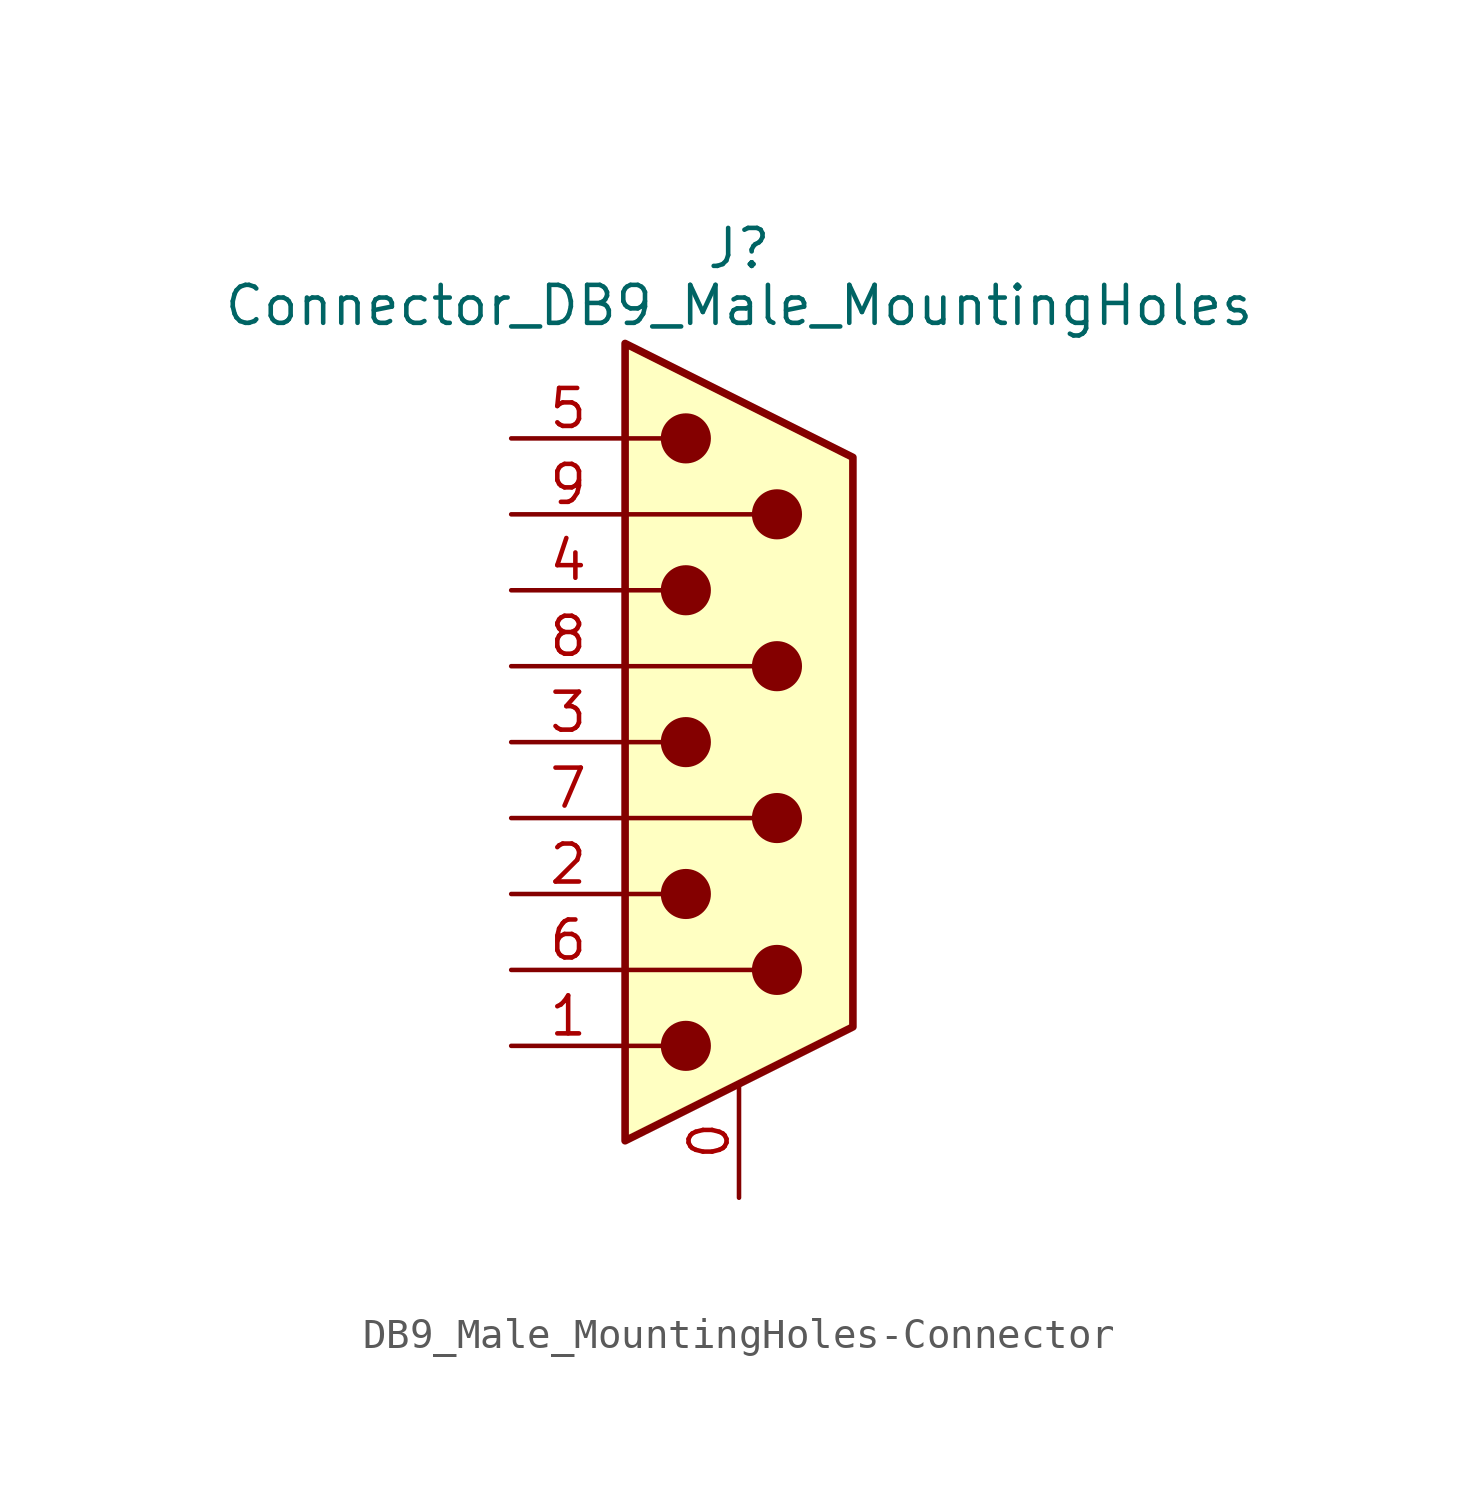
<source format=kicad_sym>
(kicad_symbol_lib
  (version 20231120)
  (generator "kicad_symbol_editor")
  (generator_version "8.0")
  (symbol "DB9_Male_MountingHoles-Connector"
    (pin_names
      (offset 1.016) hide)
    (property "Reference" "J"
      (at 0 16.51 0)
      (effects (font (size 1.27 1.27))))
    (property "Value" "Connector_DB9_Male_MountingHoles"
      (at 0 14.605 0)
      (effects (font (size 1.27 1.27))))
    (symbol "DB9_Male_MountingHoles-Connector_0_1"
      (circle (center -1.778 -10.16) (radius 0.762) (stroke (width 0) (type solid)) (fill (type outline)))
      (circle (center -1.778 -5.08) (radius 0.762) (stroke (width 0) (type solid)) (fill (type outline)))
      (circle (center -1.778 0) (radius 0.762) (stroke (width 0) (type solid)) (fill (type outline)))
      (circle (center -1.778 5.08) (radius 0.762) (stroke (width 0) (type solid)) (fill (type outline)))
      (circle (center -1.778 10.16) (radius 0.762) (stroke (width 0) (type solid)) (fill (type outline)))
      (polyline (pts (xy -3.81 -10.16) (xy -2.54 -10.16)) (stroke (width 0) (type solid)) (fill (type none)))
      (polyline (pts (xy -3.81 -7.62) (xy 0.508 -7.62)) (stroke (width 0) (type solid)) (fill (type none)))
      (polyline (pts (xy -3.81 -5.08) (xy -2.54 -5.08)) (stroke (width 0) (type solid)) (fill (type none)))
      (polyline (pts (xy -3.81 -2.54) (xy 0.508 -2.54)) (stroke (width 0) (type solid)) (fill (type none)))
      (polyline (pts (xy -3.81 0) (xy -2.54 0)) (stroke (width 0) (type solid)) (fill (type none)))
      (polyline (pts (xy -3.81 2.54) (xy 0.508 2.54)) (stroke (width 0) (type solid)) (fill (type none)))
      (polyline (pts (xy -3.81 5.08) (xy -2.54 5.08)) (stroke (width 0) (type solid)) (fill (type none)))
      (polyline (pts (xy -3.81 7.62) (xy 0.508 7.62)) (stroke (width 0) (type solid)) (fill (type none)))
      (polyline (pts (xy -3.81 10.16) (xy -2.54 10.16)) (stroke (width 0) (type solid)) (fill (type none)))
      (polyline (pts (xy -3.81 -13.335) (xy -3.81 13.335) (xy 3.81 9.525) (xy 3.81 -9.525) (xy -3.81 -13.335)) (stroke (width 0.254) (type solid)) (fill (type background)))
      (circle (center 1.27 -7.62) (radius 0.762) (stroke (width 0) (type solid)) (fill (type outline)))
      (circle (center 1.27 -2.54) (radius 0.762) (stroke (width 0) (type solid)) (fill (type outline)))
      (circle (center 1.27 2.54) (radius 0.762) (stroke (width 0) (type solid)) (fill (type outline)))
      (circle (center 1.27 7.62) (radius 0.762) (stroke (width 0) (type solid)) (fill (type outline))))
    (symbol "DB9_Male_MountingHoles-Connector_1_1"
      (pin passive line (at 0 -15.24 90) (length 3.81) (name "PAD" (effects (font (size 1.27 1.27)))) (number "0" (effects (font (size 1.27 1.27)))))
      (pin passive line (at -7.62 -10.16 0) (length 3.81) (name "1" (effects (font (size 1.27 1.27)))) (number "1" (effects (font (size 1.27 1.27)))))
      (pin passive line (at -7.62 -5.08 0) (length 3.81) (name "2" (effects (font (size 1.27 1.27)))) (number "2" (effects (font (size 1.27 1.27)))))
      (pin passive line (at -7.62 0 0) (length 3.81) (name "3" (effects (font (size 1.27 1.27)))) (number "3" (effects (font (size 1.27 1.27)))))
      (pin passive line (at -7.62 5.08 0) (length 3.81) (name "4" (effects (font (size 1.27 1.27)))) (number "4" (effects (font (size 1.27 1.27)))))
      (pin passive line (at -7.62 10.16 0) (length 3.81) (name "5" (effects (font (size 1.27 1.27)))) (number "5" (effects (font (size 1.27 1.27)))))
      (pin passive line (at -7.62 -7.62 0) (length 3.81) (name "6" (effects (font (size 1.27 1.27)))) (number "6" (effects (font (size 1.27 1.27)))))
      (pin passive line (at -7.62 -2.54 0) (length 3.81) (name "7" (effects (font (size 1.27 1.27)))) (number "7" (effects (font (size 1.27 1.27)))))
      (pin passive line (at -7.62 2.54 0) (length 3.81) (name "8" (effects (font (size 1.27 1.27)))) (number "8" (effects (font (size 1.27 1.27)))))
      (pin passive line (at -7.62 7.62 0) (length 3.81) (name "9" (effects (font (size 1.27 1.27)))) (number "9" (effects (font (size 1.27 1.27))))))))
</source>
